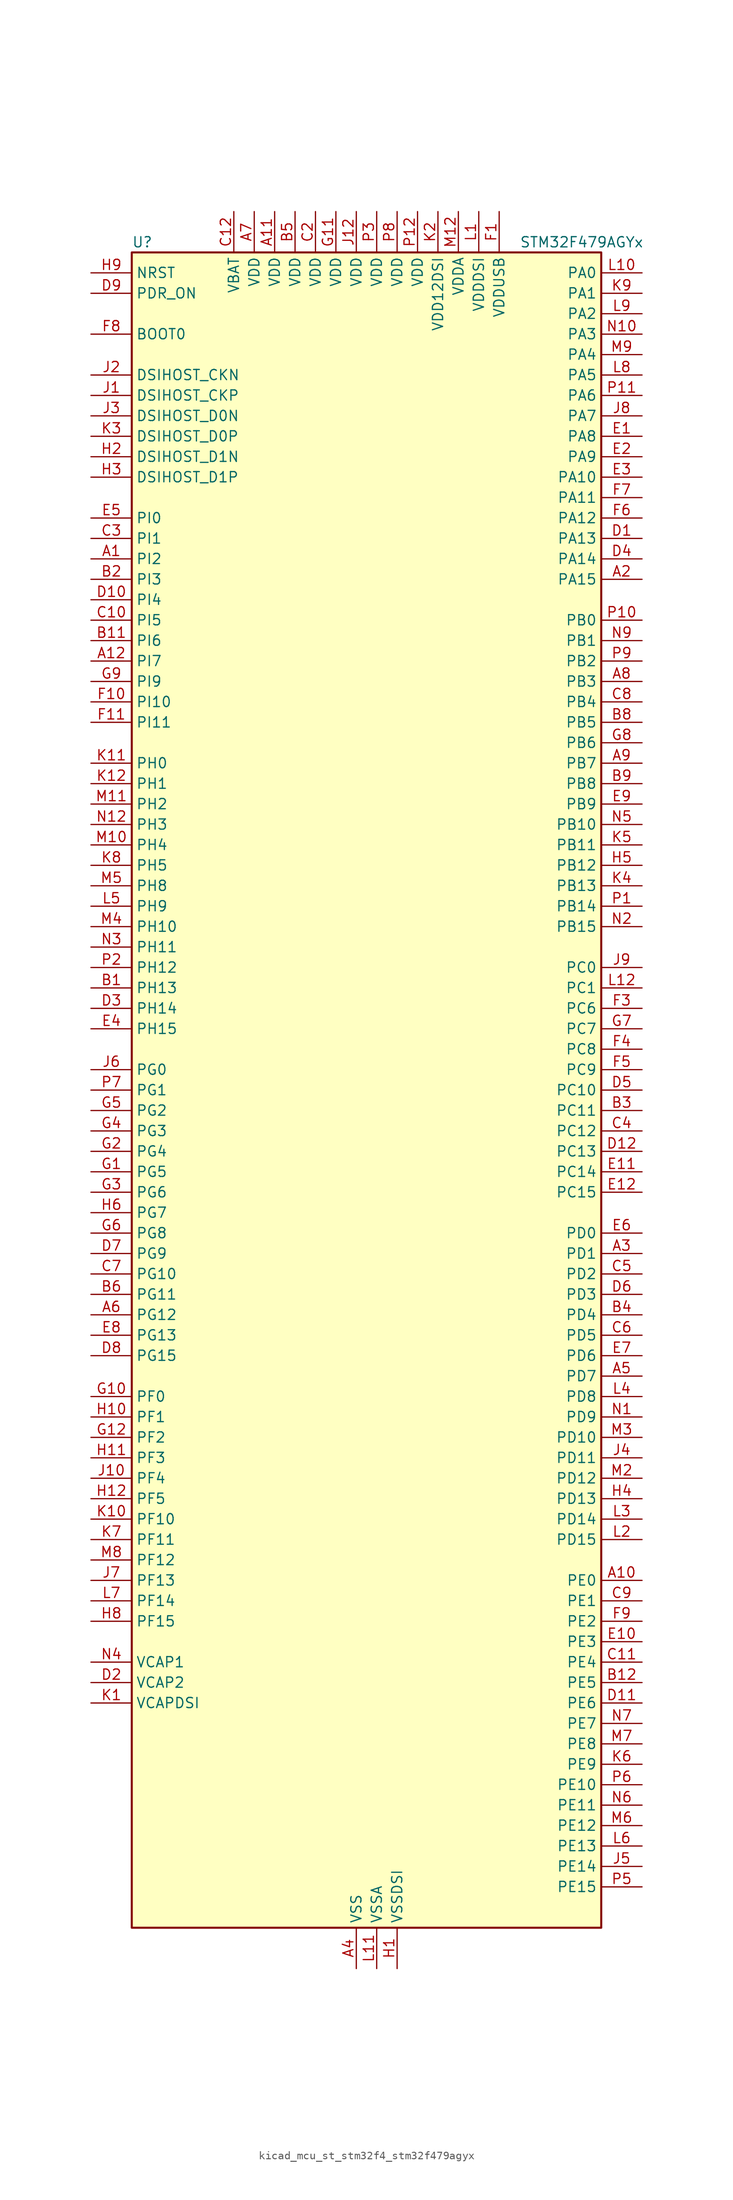
<source format=kicad_sym>
(kicad_symbol_lib
  (version 20220914)
  (generator kicad_symbol_editor)
  (symbol "kicad_mcu_st_stm32f4_stm32f479agyx"
    (property "Reference" "U"
      (at -27.94 105.41 0)
      (effects (font (size 1.27 1.27)) (justify left)))
    (property "Value" "STM32F479AGYx"
      (at 20.32 105.41 0)
      (effects (font (size 1.27 1.27)) (justify left)))
    (property "ki_locked" ""
      (at 0 0 0)
      (effects (font (size 1.27 1.27))))
    (symbol "kicad_mcu_st_stm32f4_stm32f479agyx_0_1"
      (rectangle (start -27.94 -104.14) (end 30.48 104.14) (stroke (width 0.254) (type default)) (fill (type background))))
    (symbol "kicad_mcu_st_stm32f4_stm32f479agyx_1_1"
      (pin bidirectional line (at -33.02 66.04 0) (length 5.08) (name "PI2" (effects (font (size 1.27 1.27)))) (number "A1" (effects (font (size 1.27 1.27)))) (alternate "DCMI_D9" bidirectional line) (alternate "FMC_D26" bidirectional line) (alternate "I2S2_ext_SD" bidirectional line) (alternate "LTDC_G7" bidirectional line) (alternate "SPI2_MISO" bidirectional line) (alternate "TIM8_CH4" bidirectional line))
      (pin bidirectional line (at 35.56 -60.96 180) (length 5.08) (name "PE0" (effects (font (size 1.27 1.27)))) (number "A10" (effects (font (size 1.27 1.27)))) (alternate "DCMI_D2" bidirectional line) (alternate "FMC_NBL0" bidirectional line) (alternate "TIM4_ETR" bidirectional line) (alternate "UART8_RX" bidirectional line))
      (pin power_in line (at -10.16 109.22 270) (length 5.08) (name "VDD" (effects (font (size 1.27 1.27)))) (number "A11" (effects (font (size 1.27 1.27)))))
      (pin bidirectional line (at -33.02 53.34 0) (length 5.08) (name "PI7" (effects (font (size 1.27 1.27)))) (number "A12" (effects (font (size 1.27 1.27)))) (alternate "DCMI_D7" bidirectional line) (alternate "FMC_D29" bidirectional line) (alternate "LTDC_B7" bidirectional line) (alternate "TIM8_CH3" bidirectional line))
      (pin bidirectional line (at 35.56 63.5 180) (length 5.08) (name "PA15" (effects (font (size 1.27 1.27)))) (number "A2" (effects (font (size 1.27 1.27)))) (alternate "ADC1_EXTI15" bidirectional line) (alternate "ADC2_EXTI15" bidirectional line) (alternate "ADC3_EXTI15" bidirectional line) (alternate "I2S3_WS" bidirectional line) (alternate "SPI1_NSS" bidirectional line) (alternate "SPI3_NSS" bidirectional line) (alternate "SYS_JTDI" bidirectional line) (alternate "TIM2_CH1" bidirectional line) (alternate "TIM2_ETR" bidirectional line))
      (pin bidirectional line (at 35.56 -20.32 180) (length 5.08) (name "PD1" (effects (font (size 1.27 1.27)))) (number "A3" (effects (font (size 1.27 1.27)))) (alternate "CAN1_TX" bidirectional line) (alternate "FMC_D3" bidirectional line) (alternate "FMC_DA3" bidirectional line))
      (pin power_in line (at 0 -109.22 90) (length 5.08) (name "VSS" (effects (font (size 1.27 1.27)))) (number "A4" (effects (font (size 1.27 1.27)))))
      (pin bidirectional line (at 35.56 -35.56 180) (length 5.08) (name "PD7" (effects (font (size 1.27 1.27)))) (number "A5" (effects (font (size 1.27 1.27)))) (alternate "FMC_NE1" bidirectional line) (alternate "USART2_CK" bidirectional line))
      (pin bidirectional line (at -33.02 -27.94 0) (length 5.08) (name "PG12" (effects (font (size 1.27 1.27)))) (number "A6" (effects (font (size 1.27 1.27)))) (alternate "FMC_NE4" bidirectional line) (alternate "LTDC_B1" bidirectional line) (alternate "LTDC_B4" bidirectional line) (alternate "SPI6_MISO" bidirectional line) (alternate "USART6_RTS" bidirectional line))
      (pin power_in line (at -12.7 109.22 270) (length 5.08) (name "VDD" (effects (font (size 1.27 1.27)))) (number "A7" (effects (font (size 1.27 1.27)))))
      (pin bidirectional line (at 35.56 50.8 180) (length 5.08) (name "PB3" (effects (font (size 1.27 1.27)))) (number "A8" (effects (font (size 1.27 1.27)))) (alternate "I2S3_CK" bidirectional line) (alternate "SPI1_SCK" bidirectional line) (alternate "SPI3_SCK" bidirectional line) (alternate "SYS_JTDO-SWO" bidirectional line) (alternate "TIM2_CH2" bidirectional line))
      (pin bidirectional line (at 35.56 40.64 180) (length 5.08) (name "PB7" (effects (font (size 1.27 1.27)))) (number "A9" (effects (font (size 1.27 1.27)))) (alternate "DCMI_VSYNC" bidirectional line) (alternate "FMC_NL" bidirectional line) (alternate "I2C1_SDA" bidirectional line) (alternate "TIM4_CH2" bidirectional line) (alternate "USART1_RX" bidirectional line))
      (pin bidirectional line (at -33.02 12.7 0) (length 5.08) (name "PH13" (effects (font (size 1.27 1.27)))) (number "B1" (effects (font (size 1.27 1.27)))) (alternate "CAN1_TX" bidirectional line) (alternate "FMC_D21" bidirectional line) (alternate "LTDC_G2" bidirectional line) (alternate "TIM8_CH1N" bidirectional line))
      (pin passive line (at 0 -109.22 90) (length 5.08) hide (name "VSS" (effects (font (size 1.27 1.27)))) (number "B10" (effects (font (size 1.27 1.27)))))
      (pin bidirectional line (at -33.02 55.88 0) (length 5.08) (name "PI6" (effects (font (size 1.27 1.27)))) (number "B11" (effects (font (size 1.27 1.27)))) (alternate "DCMI_D6" bidirectional line) (alternate "FMC_D28" bidirectional line) (alternate "LTDC_B6" bidirectional line) (alternate "TIM8_CH2" bidirectional line))
      (pin bidirectional line (at 35.56 -73.66 180) (length 5.08) (name "PE5" (effects (font (size 1.27 1.27)))) (number "B12" (effects (font (size 1.27 1.27)))) (alternate "DCMI_D6" bidirectional line) (alternate "FMC_A21" bidirectional line) (alternate "LTDC_G0" bidirectional line) (alternate "SAI1_SCK_A" bidirectional line) (alternate "SPI4_MISO" bidirectional line) (alternate "SYS_TRACED2" bidirectional line) (alternate "TIM9_CH1" bidirectional line))
      (pin bidirectional line (at -33.02 63.5 0) (length 5.08) (name "PI3" (effects (font (size 1.27 1.27)))) (number "B2" (effects (font (size 1.27 1.27)))) (alternate "DCMI_D10" bidirectional line) (alternate "FMC_D27" bidirectional line) (alternate "I2S2_SD" bidirectional line) (alternate "SPI2_MOSI" bidirectional line) (alternate "TIM8_ETR" bidirectional line))
      (pin bidirectional line (at 35.56 -2.54 180) (length 5.08) (name "PC11" (effects (font (size 1.27 1.27)))) (number "B3" (effects (font (size 1.27 1.27)))) (alternate "ADC1_EXTI11" bidirectional line) (alternate "ADC2_EXTI11" bidirectional line) (alternate "ADC3_EXTI11" bidirectional line) (alternate "DCMI_D4" bidirectional line) (alternate "I2S3_ext_SD" bidirectional line) (alternate "QUADSPI_BK2_NCS" bidirectional line) (alternate "SDIO_D3" bidirectional line) (alternate "SPI3_MISO" bidirectional line) (alternate "UART4_RX" bidirectional line) (alternate "USART3_RX" bidirectional line))
      (pin bidirectional line (at 35.56 -27.94 180) (length 5.08) (name "PD4" (effects (font (size 1.27 1.27)))) (number "B4" (effects (font (size 1.27 1.27)))) (alternate "FMC_NOE" bidirectional line) (alternate "USART2_RTS" bidirectional line))
      (pin power_in line (at -7.62 109.22 270) (length 5.08) (name "VDD" (effects (font (size 1.27 1.27)))) (number "B5" (effects (font (size 1.27 1.27)))))
      (pin bidirectional line (at -33.02 -25.4 0) (length 5.08) (name "PG11" (effects (font (size 1.27 1.27)))) (number "B6" (effects (font (size 1.27 1.27)))) (alternate "ADC1_EXTI11" bidirectional line) (alternate "ADC2_EXTI11" bidirectional line) (alternate "ADC3_EXTI11" bidirectional line) (alternate "DCMI_D3" bidirectional line) (alternate "LTDC_B3" bidirectional line))
      (pin passive line (at 0 -109.22 90) (length 5.08) hide (name "VSS" (effects (font (size 1.27 1.27)))) (number "B7" (effects (font (size 1.27 1.27)))))
      (pin bidirectional line (at 35.56 45.72 180) (length 5.08) (name "PB5" (effects (font (size 1.27 1.27)))) (number "B8" (effects (font (size 1.27 1.27)))) (alternate "CAN2_RX" bidirectional line) (alternate "DCMI_D10" bidirectional line) (alternate "FMC_SDCKE1" bidirectional line) (alternate "I2C1_SMBA" bidirectional line) (alternate "I2S3_SD" bidirectional line) (alternate "LTDC_G7" bidirectional line) (alternate "SPI1_MOSI" bidirectional line) (alternate "SPI3_MOSI" bidirectional line) (alternate "TIM3_CH2" bidirectional line) (alternate "USB_OTG_HS_ULPI_D7" bidirectional line))
      (pin bidirectional line (at 35.56 38.1 180) (length 5.08) (name "PB8" (effects (font (size 1.27 1.27)))) (number "B9" (effects (font (size 1.27 1.27)))) (alternate "CAN1_RX" bidirectional line) (alternate "DCMI_D6" bidirectional line) (alternate "I2C1_SCL" bidirectional line) (alternate "LTDC_B6" bidirectional line) (alternate "SDIO_D4" bidirectional line) (alternate "TIM10_CH1" bidirectional line) (alternate "TIM4_CH3" bidirectional line))
      (pin passive line (at 0 -109.22 90) (length 5.08) hide (name "VSS" (effects (font (size 1.27 1.27)))) (number "C1" (effects (font (size 1.27 1.27)))))
      (pin bidirectional line (at -33.02 58.42 0) (length 5.08) (name "PI5" (effects (font (size 1.27 1.27)))) (number "C10" (effects (font (size 1.27 1.27)))) (alternate "DCMI_VSYNC" bidirectional line) (alternate "FMC_NBL3" bidirectional line) (alternate "LTDC_B5" bidirectional line) (alternate "TIM8_CH1" bidirectional line))
      (pin bidirectional line (at 35.56 -71.12 180) (length 5.08) (name "PE4" (effects (font (size 1.27 1.27)))) (number "C11" (effects (font (size 1.27 1.27)))) (alternate "DCMI_D4" bidirectional line) (alternate "FMC_A20" bidirectional line) (alternate "LTDC_B0" bidirectional line) (alternate "SAI1_FS_A" bidirectional line) (alternate "SPI4_NSS" bidirectional line) (alternate "SYS_TRACED1" bidirectional line))
      (pin power_in line (at -15.24 109.22 270) (length 5.08) (name "VBAT" (effects (font (size 1.27 1.27)))) (number "C12" (effects (font (size 1.27 1.27)))))
      (pin power_in line (at -5.08 109.22 270) (length 5.08) (name "VDD" (effects (font (size 1.27 1.27)))) (number "C2" (effects (font (size 1.27 1.27)))))
      (pin bidirectional line (at -33.02 68.58 0) (length 5.08) (name "PI1" (effects (font (size 1.27 1.27)))) (number "C3" (effects (font (size 1.27 1.27)))) (alternate "DCMI_D8" bidirectional line) (alternate "FMC_D25" bidirectional line) (alternate "I2S2_CK" bidirectional line) (alternate "LTDC_G6" bidirectional line) (alternate "SPI2_SCK" bidirectional line))
      (pin bidirectional line (at 35.56 -5.08 180) (length 5.08) (name "PC12" (effects (font (size 1.27 1.27)))) (number "C4" (effects (font (size 1.27 1.27)))) (alternate "DCMI_D9" bidirectional line) (alternate "I2S3_SD" bidirectional line) (alternate "SDIO_CK" bidirectional line) (alternate "SPI3_MOSI" bidirectional line) (alternate "SYS_TRACED3" bidirectional line) (alternate "UART5_TX" bidirectional line) (alternate "USART3_CK" bidirectional line))
      (pin bidirectional line (at 35.56 -22.86 180) (length 5.08) (name "PD2" (effects (font (size 1.27 1.27)))) (number "C5" (effects (font (size 1.27 1.27)))) (alternate "DCMI_D11" bidirectional line) (alternate "SDIO_CMD" bidirectional line) (alternate "SYS_TRACED2" bidirectional line) (alternate "TIM3_ETR" bidirectional line) (alternate "UART5_RX" bidirectional line))
      (pin bidirectional line (at 35.56 -30.48 180) (length 5.08) (name "PD5" (effects (font (size 1.27 1.27)))) (number "C6" (effects (font (size 1.27 1.27)))) (alternate "FMC_NWE" bidirectional line) (alternate "USART2_TX" bidirectional line))
      (pin bidirectional line (at -33.02 -22.86 0) (length 5.08) (name "PG10" (effects (font (size 1.27 1.27)))) (number "C7" (effects (font (size 1.27 1.27)))) (alternate "DCMI_D2" bidirectional line) (alternate "FMC_NE3" bidirectional line) (alternate "LTDC_B2" bidirectional line) (alternate "LTDC_G3" bidirectional line))
      (pin bidirectional line (at 35.56 48.26 180) (length 5.08) (name "PB4" (effects (font (size 1.27 1.27)))) (number "C8" (effects (font (size 1.27 1.27)))) (alternate "I2S3_ext_SD" bidirectional line) (alternate "SPI1_MISO" bidirectional line) (alternate "SPI3_MISO" bidirectional line) (alternate "SYS_JTRST" bidirectional line) (alternate "TIM3_CH1" bidirectional line))
      (pin bidirectional line (at 35.56 -63.5 180) (length 5.08) (name "PE1" (effects (font (size 1.27 1.27)))) (number "C9" (effects (font (size 1.27 1.27)))) (alternate "DCMI_D3" bidirectional line) (alternate "FMC_NBL1" bidirectional line) (alternate "UART8_TX" bidirectional line))
      (pin bidirectional line (at 35.56 68.58 180) (length 5.08) (name "PA13" (effects (font (size 1.27 1.27)))) (number "D1" (effects (font (size 1.27 1.27)))) (alternate "SYS_JTMS-SWDIO" bidirectional line))
      (pin bidirectional line (at -33.02 60.96 0) (length 5.08) (name "PI4" (effects (font (size 1.27 1.27)))) (number "D10" (effects (font (size 1.27 1.27)))) (alternate "DCMI_D5" bidirectional line) (alternate "FMC_NBL2" bidirectional line) (alternate "LTDC_B4" bidirectional line) (alternate "TIM8_BKIN" bidirectional line))
      (pin bidirectional line (at 35.56 -76.2 180) (length 5.08) (name "PE6" (effects (font (size 1.27 1.27)))) (number "D11" (effects (font (size 1.27 1.27)))) (alternate "DCMI_D7" bidirectional line) (alternate "FMC_A22" bidirectional line) (alternate "LTDC_G1" bidirectional line) (alternate "SAI1_SD_A" bidirectional line) (alternate "SPI4_MOSI" bidirectional line) (alternate "SYS_TRACED3" bidirectional line) (alternate "TIM9_CH2" bidirectional line))
      (pin bidirectional line (at 35.56 -7.62 180) (length 5.08) (name "PC13" (effects (font (size 1.27 1.27)))) (number "D12" (effects (font (size 1.27 1.27)))) (alternate "RTC_AF1" bidirectional line))
      (pin power_out line (at -33.02 -73.66 0) (length 5.08) (name "VCAP2" (effects (font (size 1.27 1.27)))) (number "D2" (effects (font (size 1.27 1.27)))))
      (pin bidirectional line (at -33.02 10.16 0) (length 5.08) (name "PH14" (effects (font (size 1.27 1.27)))) (number "D3" (effects (font (size 1.27 1.27)))) (alternate "DCMI_D4" bidirectional line) (alternate "FMC_D22" bidirectional line) (alternate "LTDC_G3" bidirectional line) (alternate "TIM8_CH2N" bidirectional line))
      (pin bidirectional line (at 35.56 66.04 180) (length 5.08) (name "PA14" (effects (font (size 1.27 1.27)))) (number "D4" (effects (font (size 1.27 1.27)))) (alternate "SYS_JTCK-SWCLK" bidirectional line))
      (pin bidirectional line (at 35.56 0 180) (length 5.08) (name "PC10" (effects (font (size 1.27 1.27)))) (number "D5" (effects (font (size 1.27 1.27)))) (alternate "DCMI_D8" bidirectional line) (alternate "I2S3_CK" bidirectional line) (alternate "LTDC_R2" bidirectional line) (alternate "QUADSPI_BK1_IO1" bidirectional line) (alternate "SDIO_D2" bidirectional line) (alternate "SPI3_SCK" bidirectional line) (alternate "UART4_TX" bidirectional line) (alternate "USART3_TX" bidirectional line))
      (pin bidirectional line (at 35.56 -25.4 180) (length 5.08) (name "PD3" (effects (font (size 1.27 1.27)))) (number "D6" (effects (font (size 1.27 1.27)))) (alternate "DCMI_D5" bidirectional line) (alternate "FMC_CLK" bidirectional line) (alternate "I2S2_CK" bidirectional line) (alternate "LTDC_G7" bidirectional line) (alternate "SPI2_SCK" bidirectional line) (alternate "USART2_CTS" bidirectional line))
      (pin bidirectional line (at -33.02 -20.32 0) (length 5.08) (name "PG9" (effects (font (size 1.27 1.27)))) (number "D7" (effects (font (size 1.27 1.27)))) (alternate "DAC_EXTI9" bidirectional line) (alternate "DCMI_VSYNC" bidirectional line) (alternate "FMC_NCE" bidirectional line) (alternate "FMC_NE2" bidirectional line) (alternate "QUADSPI_BK2_IO2" bidirectional line) (alternate "USART6_RX" bidirectional line))
      (pin bidirectional line (at -33.02 -33.02 0) (length 5.08) (name "PG15" (effects (font (size 1.27 1.27)))) (number "D8" (effects (font (size 1.27 1.27)))) (alternate "ADC1_EXTI15" bidirectional line) (alternate "ADC2_EXTI15" bidirectional line) (alternate "ADC3_EXTI15" bidirectional line) (alternate "DCMI_D13" bidirectional line) (alternate "FMC_SDNCAS" bidirectional line) (alternate "USART6_CTS" bidirectional line))
      (pin input line (at -33.02 99.06 0) (length 5.08) (name "PDR_ON" (effects (font (size 1.27 1.27)))) (number "D9" (effects (font (size 1.27 1.27)))))
      (pin bidirectional line (at 35.56 81.28 180) (length 5.08) (name "PA8" (effects (font (size 1.27 1.27)))) (number "E1" (effects (font (size 1.27 1.27)))) (alternate "I2C3_SCL" bidirectional line) (alternate "LTDC_R6" bidirectional line) (alternate "RCC_MCO_1" bidirectional line) (alternate "TIM1_CH1" bidirectional line) (alternate "USART1_CK" bidirectional line) (alternate "USB_OTG_FS_SOF" bidirectional line))
      (pin bidirectional line (at 35.56 -68.58 180) (length 5.08) (name "PE3" (effects (font (size 1.27 1.27)))) (number "E10" (effects (font (size 1.27 1.27)))) (alternate "FMC_A19" bidirectional line) (alternate "SAI1_SD_B" bidirectional line) (alternate "SYS_TRACED0" bidirectional line))
      (pin bidirectional line (at 35.56 -10.16 180) (length 5.08) (name "PC14" (effects (font (size 1.27 1.27)))) (number "E11" (effects (font (size 1.27 1.27)))) (alternate "RCC_OSC32_IN" bidirectional line))
      (pin bidirectional line (at 35.56 -12.7 180) (length 5.08) (name "PC15" (effects (font (size 1.27 1.27)))) (number "E12" (effects (font (size 1.27 1.27)))) (alternate "ADC1_EXTI15" bidirectional line) (alternate "ADC2_EXTI15" bidirectional line) (alternate "ADC3_EXTI15" bidirectional line) (alternate "RCC_OSC32_OUT" bidirectional line))
      (pin bidirectional line (at 35.56 78.74 180) (length 5.08) (name "PA9" (effects (font (size 1.27 1.27)))) (number "E2" (effects (font (size 1.27 1.27)))) (alternate "DAC_EXTI9" bidirectional line) (alternate "DCMI_D0" bidirectional line) (alternate "I2C3_SMBA" bidirectional line) (alternate "I2S2_CK" bidirectional line) (alternate "SPI2_SCK" bidirectional line) (alternate "TIM1_CH2" bidirectional line) (alternate "USART1_TX" bidirectional line) (alternate "USB_OTG_FS_VBUS" bidirectional line))
      (pin bidirectional line (at 35.56 76.2 180) (length 5.08) (name "PA10" (effects (font (size 1.27 1.27)))) (number "E3" (effects (font (size 1.27 1.27)))) (alternate "DCMI_D1" bidirectional line) (alternate "TIM1_CH3" bidirectional line) (alternate "USART1_RX" bidirectional line) (alternate "USB_OTG_FS_ID" bidirectional line))
      (pin bidirectional line (at -33.02 7.62 0) (length 5.08) (name "PH15" (effects (font (size 1.27 1.27)))) (number "E4" (effects (font (size 1.27 1.27)))) (alternate "ADC1_EXTI15" bidirectional line) (alternate "ADC2_EXTI15" bidirectional line) (alternate "ADC3_EXTI15" bidirectional line) (alternate "DCMI_D11" bidirectional line) (alternate "FMC_D23" bidirectional line) (alternate "LTDC_G4" bidirectional line) (alternate "TIM8_CH3N" bidirectional line))
      (pin bidirectional line (at -33.02 71.12 0) (length 5.08) (name "PI0" (effects (font (size 1.27 1.27)))) (number "E5" (effects (font (size 1.27 1.27)))) (alternate "DCMI_D13" bidirectional line) (alternate "FMC_D24" bidirectional line) (alternate "I2S2_WS" bidirectional line) (alternate "LTDC_G5" bidirectional line) (alternate "SPI2_NSS" bidirectional line) (alternate "TIM5_CH4" bidirectional line))
      (pin bidirectional line (at 35.56 -17.78 180) (length 5.08) (name "PD0" (effects (font (size 1.27 1.27)))) (number "E6" (effects (font (size 1.27 1.27)))) (alternate "CAN1_RX" bidirectional line) (alternate "FMC_D2" bidirectional line) (alternate "FMC_DA2" bidirectional line))
      (pin bidirectional line (at 35.56 -33.02 180) (length 5.08) (name "PD6" (effects (font (size 1.27 1.27)))) (number "E7" (effects (font (size 1.27 1.27)))) (alternate "DCMI_D10" bidirectional line) (alternate "FMC_NWAIT" bidirectional line) (alternate "I2S3_SD" bidirectional line) (alternate "LTDC_B2" bidirectional line) (alternate "SAI1_SD_A" bidirectional line) (alternate "SPI3_MOSI" bidirectional line) (alternate "USART2_RX" bidirectional line))
      (pin bidirectional line (at -33.02 -30.48 0) (length 5.08) (name "PG13" (effects (font (size 1.27 1.27)))) (number "E8" (effects (font (size 1.27 1.27)))) (alternate "FMC_A24" bidirectional line) (alternate "LTDC_R0" bidirectional line) (alternate "SPI6_SCK" bidirectional line) (alternate "SYS_TRACED0" bidirectional line) (alternate "USART6_CTS" bidirectional line))
      (pin bidirectional line (at 35.56 35.56 180) (length 5.08) (name "PB9" (effects (font (size 1.27 1.27)))) (number "E9" (effects (font (size 1.27 1.27)))) (alternate "CAN1_TX" bidirectional line) (alternate "DAC_EXTI9" bidirectional line) (alternate "DCMI_D7" bidirectional line) (alternate "I2C1_SDA" bidirectional line) (alternate "I2S2_WS" bidirectional line) (alternate "LTDC_B7" bidirectional line) (alternate "SDIO_D5" bidirectional line) (alternate "SPI2_NSS" bidirectional line) (alternate "TIM11_CH1" bidirectional line) (alternate "TIM4_CH4" bidirectional line))
      (pin power_in line (at 17.78 109.22 270) (length 5.08) (name "VDDUSB" (effects (font (size 1.27 1.27)))) (number "F1" (effects (font (size 1.27 1.27)))))
      (pin bidirectional line (at -33.02 48.26 0) (length 5.08) (name "PI10" (effects (font (size 1.27 1.27)))) (number "F10" (effects (font (size 1.27 1.27)))) (alternate "FMC_D31" bidirectional line) (alternate "LTDC_HSYNC" bidirectional line))
      (pin bidirectional line (at -33.02 45.72 0) (length 5.08) (name "PI11" (effects (font (size 1.27 1.27)))) (number "F11" (effects (font (size 1.27 1.27)))) (alternate "ADC1_EXTI11" bidirectional line) (alternate "ADC2_EXTI11" bidirectional line) (alternate "ADC3_EXTI11" bidirectional line) (alternate "LTDC_G6" bidirectional line) (alternate "USB_OTG_HS_ULPI_DIR" bidirectional line))
      (pin passive line (at 0 -109.22 90) (length 5.08) hide (name "VSS" (effects (font (size 1.27 1.27)))) (number "F12" (effects (font (size 1.27 1.27)))))
      (pin passive line (at 0 -109.22 90) (length 5.08) hide (name "VSS" (effects (font (size 1.27 1.27)))) (number "F2" (effects (font (size 1.27 1.27)))))
      (pin bidirectional line (at 35.56 10.16 180) (length 5.08) (name "PC6" (effects (font (size 1.27 1.27)))) (number "F3" (effects (font (size 1.27 1.27)))) (alternate "DCMI_D0" bidirectional line) (alternate "I2S2_MCK" bidirectional line) (alternate "LTDC_HSYNC" bidirectional line) (alternate "SDIO_D6" bidirectional line) (alternate "TIM3_CH1" bidirectional line) (alternate "TIM8_CH1" bidirectional line) (alternate "USART6_TX" bidirectional line))
      (pin bidirectional line (at 35.56 5.08 180) (length 5.08) (name "PC8" (effects (font (size 1.27 1.27)))) (number "F4" (effects (font (size 1.27 1.27)))) (alternate "DCMI_D2" bidirectional line) (alternate "SDIO_D0" bidirectional line) (alternate "SYS_TRACED1" bidirectional line) (alternate "TIM3_CH3" bidirectional line) (alternate "TIM8_CH3" bidirectional line) (alternate "USART6_CK" bidirectional line))
      (pin bidirectional line (at 35.56 2.54 180) (length 5.08) (name "PC9" (effects (font (size 1.27 1.27)))) (number "F5" (effects (font (size 1.27 1.27)))) (alternate "DAC_EXTI9" bidirectional line) (alternate "DCMI_D3" bidirectional line) (alternate "I2C3_SDA" bidirectional line) (alternate "I2S_CKIN" bidirectional line) (alternate "QUADSPI_BK1_IO0" bidirectional line) (alternate "RCC_MCO_2" bidirectional line) (alternate "SDIO_D1" bidirectional line) (alternate "TIM3_CH4" bidirectional line) (alternate "TIM8_CH4" bidirectional line))
      (pin bidirectional line (at 35.56 71.12 180) (length 5.08) (name "PA12" (effects (font (size 1.27 1.27)))) (number "F6" (effects (font (size 1.27 1.27)))) (alternate "CAN1_TX" bidirectional line) (alternate "LTDC_R5" bidirectional line) (alternate "TIM1_ETR" bidirectional line) (alternate "USART1_RTS" bidirectional line) (alternate "USB_OTG_FS_DP" bidirectional line))
      (pin bidirectional line (at 35.56 73.66 180) (length 5.08) (name "PA11" (effects (font (size 1.27 1.27)))) (number "F7" (effects (font (size 1.27 1.27)))) (alternate "ADC1_EXTI11" bidirectional line) (alternate "ADC2_EXTI11" bidirectional line) (alternate "ADC3_EXTI11" bidirectional line) (alternate "CAN1_RX" bidirectional line) (alternate "LTDC_R4" bidirectional line) (alternate "TIM1_CH4" bidirectional line) (alternate "USART1_CTS" bidirectional line) (alternate "USB_OTG_FS_DM" bidirectional line))
      (pin input line (at -33.02 93.98 0) (length 5.08) (name "BOOT0" (effects (font (size 1.27 1.27)))) (number "F8" (effects (font (size 1.27 1.27)))))
      (pin bidirectional line (at 35.56 -66.04 180) (length 5.08) (name "PE2" (effects (font (size 1.27 1.27)))) (number "F9" (effects (font (size 1.27 1.27)))) (alternate "FMC_A23" bidirectional line) (alternate "QUADSPI_BK1_IO2" bidirectional line) (alternate "SAI1_MCLK_A" bidirectional line) (alternate "SPI4_SCK" bidirectional line) (alternate "SYS_TRACECLK" bidirectional line))
      (pin bidirectional line (at -33.02 -10.16 0) (length 5.08) (name "PG5" (effects (font (size 1.27 1.27)))) (number "G1" (effects (font (size 1.27 1.27)))) (alternate "FMC_A15" bidirectional line) (alternate "FMC_BA1" bidirectional line))
      (pin bidirectional line (at -33.02 -38.1 0) (length 5.08) (name "PF0" (effects (font (size 1.27 1.27)))) (number "G10" (effects (font (size 1.27 1.27)))) (alternate "FMC_A0" bidirectional line) (alternate "I2C2_SDA" bidirectional line))
      (pin power_in line (at -2.54 109.22 270) (length 5.08) (name "VDD" (effects (font (size 1.27 1.27)))) (number "G11" (effects (font (size 1.27 1.27)))))
      (pin bidirectional line (at -33.02 -43.18 0) (length 5.08) (name "PF2" (effects (font (size 1.27 1.27)))) (number "G12" (effects (font (size 1.27 1.27)))) (alternate "FMC_A2" bidirectional line) (alternate "I2C2_SMBA" bidirectional line))
      (pin bidirectional line (at -33.02 -7.62 0) (length 5.08) (name "PG4" (effects (font (size 1.27 1.27)))) (number "G2" (effects (font (size 1.27 1.27)))) (alternate "FMC_A14" bidirectional line) (alternate "FMC_BA0" bidirectional line))
      (pin bidirectional line (at -33.02 -12.7 0) (length 5.08) (name "PG6" (effects (font (size 1.27 1.27)))) (number "G3" (effects (font (size 1.27 1.27)))) (alternate "DCMI_D12" bidirectional line) (alternate "LTDC_R7" bidirectional line))
      (pin bidirectional line (at -33.02 -5.08 0) (length 5.08) (name "PG3" (effects (font (size 1.27 1.27)))) (number "G4" (effects (font (size 1.27 1.27)))) (alternate "FMC_A13" bidirectional line))
      (pin bidirectional line (at -33.02 -2.54 0) (length 5.08) (name "PG2" (effects (font (size 1.27 1.27)))) (number "G5" (effects (font (size 1.27 1.27)))) (alternate "FMC_A12" bidirectional line))
      (pin bidirectional line (at -33.02 -17.78 0) (length 5.08) (name "PG8" (effects (font (size 1.27 1.27)))) (number "G6" (effects (font (size 1.27 1.27)))) (alternate "FMC_SDCLK" bidirectional line) (alternate "LTDC_G7" bidirectional line) (alternate "SPI6_NSS" bidirectional line) (alternate "USART6_RTS" bidirectional line))
      (pin bidirectional line (at 35.56 7.62 180) (length 5.08) (name "PC7" (effects (font (size 1.27 1.27)))) (number "G7" (effects (font (size 1.27 1.27)))) (alternate "DCMI_D1" bidirectional line) (alternate "I2S3_MCK" bidirectional line) (alternate "LTDC_G6" bidirectional line) (alternate "SDIO_D7" bidirectional line) (alternate "TIM3_CH2" bidirectional line) (alternate "TIM8_CH2" bidirectional line) (alternate "USART6_RX" bidirectional line))
      (pin bidirectional line (at 35.56 43.18 180) (length 5.08) (name "PB6" (effects (font (size 1.27 1.27)))) (number "G8" (effects (font (size 1.27 1.27)))) (alternate "CAN2_TX" bidirectional line) (alternate "DCMI_D5" bidirectional line) (alternate "FMC_SDNE1" bidirectional line) (alternate "I2C1_SCL" bidirectional line) (alternate "QUADSPI_BK1_NCS" bidirectional line) (alternate "TIM4_CH1" bidirectional line) (alternate "USART1_TX" bidirectional line))
      (pin bidirectional line (at -33.02 50.8 0) (length 5.08) (name "PI9" (effects (font (size 1.27 1.27)))) (number "G9" (effects (font (size 1.27 1.27)))) (alternate "CAN1_RX" bidirectional line) (alternate "DAC_EXTI9" bidirectional line) (alternate "FMC_D30" bidirectional line) (alternate "LTDC_VSYNC" bidirectional line))
      (pin power_in line (at 5.08 -109.22 90) (length 5.08) (name "VSSDSI" (effects (font (size 1.27 1.27)))) (number "H1" (effects (font (size 1.27 1.27)))))
      (pin bidirectional line (at -33.02 -40.64 0) (length 5.08) (name "PF1" (effects (font (size 1.27 1.27)))) (number "H10" (effects (font (size 1.27 1.27)))) (alternate "FMC_A1" bidirectional line) (alternate "I2C2_SCL" bidirectional line))
      (pin bidirectional line (at -33.02 -45.72 0) (length 5.08) (name "PF3" (effects (font (size 1.27 1.27)))) (number "H11" (effects (font (size 1.27 1.27)))) (alternate "ADC3_IN9" bidirectional line) (alternate "FMC_A3" bidirectional line))
      (pin bidirectional line (at -33.02 -50.8 0) (length 5.08) (name "PF5" (effects (font (size 1.27 1.27)))) (number "H12" (effects (font (size 1.27 1.27)))) (alternate "ADC3_IN15" bidirectional line) (alternate "FMC_A5" bidirectional line))
      (pin bidirectional line (at -33.02 78.74 0) (length 5.08) (name "DSIHOST_D1N" (effects (font (size 1.27 1.27)))) (number "H2" (effects (font (size 1.27 1.27)))) (alternate "DSIHOST_D1N" bidirectional line))
      (pin bidirectional line (at -33.02 76.2 0) (length 5.08) (name "DSIHOST_D1P" (effects (font (size 1.27 1.27)))) (number "H3" (effects (font (size 1.27 1.27)))) (alternate "DSIHOST_D1P" bidirectional line))
      (pin bidirectional line (at 35.56 -50.8 180) (length 5.08) (name "PD13" (effects (font (size 1.27 1.27)))) (number "H4" (effects (font (size 1.27 1.27)))) (alternate "FMC_A18" bidirectional line) (alternate "QUADSPI_BK1_IO3" bidirectional line) (alternate "TIM4_CH2" bidirectional line))
      (pin bidirectional line (at 35.56 27.94 180) (length 5.08) (name "PB12" (effects (font (size 1.27 1.27)))) (number "H5" (effects (font (size 1.27 1.27)))) (alternate "CAN2_RX" bidirectional line) (alternate "I2C2_SMBA" bidirectional line) (alternate "I2S2_WS" bidirectional line) (alternate "SPI2_NSS" bidirectional line) (alternate "TIM1_BKIN" bidirectional line) (alternate "USART3_CK" bidirectional line) (alternate "USB_OTG_HS_ID" bidirectional line) (alternate "USB_OTG_HS_ULPI_D5" bidirectional line))
      (pin bidirectional line (at -33.02 -15.24 0) (length 5.08) (name "PG7" (effects (font (size 1.27 1.27)))) (number "H6" (effects (font (size 1.27 1.27)))) (alternate "DCMI_D13" bidirectional line) (alternate "FMC_INT" bidirectional line) (alternate "LTDC_CLK" bidirectional line) (alternate "SAI1_MCLK_A" bidirectional line) (alternate "USART6_CK" bidirectional line))
      (pin passive line (at 0 -109.22 90) (length 5.08) hide (name "VSS" (effects (font (size 1.27 1.27)))) (number "H7" (effects (font (size 1.27 1.27)))))
      (pin bidirectional line (at -33.02 -66.04 0) (length 5.08) (name "PF15" (effects (font (size 1.27 1.27)))) (number "H8" (effects (font (size 1.27 1.27)))) (alternate "ADC1_EXTI15" bidirectional line) (alternate "ADC2_EXTI15" bidirectional line) (alternate "ADC3_EXTI15" bidirectional line) (alternate "FMC_A9" bidirectional line))
      (pin input line (at -33.02 101.6 0) (length 5.08) (name "NRST" (effects (font (size 1.27 1.27)))) (number "H9" (effects (font (size 1.27 1.27)))))
      (pin bidirectional line (at -33.02 86.36 0) (length 5.08) (name "DSIHOST_CKP" (effects (font (size 1.27 1.27)))) (number "J1" (effects (font (size 1.27 1.27)))) (alternate "DSIHOST_CKP" bidirectional line))
      (pin bidirectional line (at -33.02 -48.26 0) (length 5.08) (name "PF4" (effects (font (size 1.27 1.27)))) (number "J10" (effects (font (size 1.27 1.27)))) (alternate "ADC3_IN14" bidirectional line) (alternate "FMC_A4" bidirectional line))
      (pin passive line (at 0 -109.22 90) (length 5.08) hide (name "VSS" (effects (font (size 1.27 1.27)))) (number "J11" (effects (font (size 1.27 1.27)))))
      (pin power_in line (at 0 109.22 270) (length 5.08) (name "VDD" (effects (font (size 1.27 1.27)))) (number "J12" (effects (font (size 1.27 1.27)))))
      (pin bidirectional line (at -33.02 88.9 0) (length 5.08) (name "DSIHOST_CKN" (effects (font (size 1.27 1.27)))) (number "J2" (effects (font (size 1.27 1.27)))) (alternate "DSIHOST_CKN" bidirectional line))
      (pin bidirectional line (at -33.02 83.82 0) (length 5.08) (name "DSIHOST_D0N" (effects (font (size 1.27 1.27)))) (number "J3" (effects (font (size 1.27 1.27)))) (alternate "DSIHOST_D0N" bidirectional line))
      (pin bidirectional line (at 35.56 -45.72 180) (length 5.08) (name "PD11" (effects (font (size 1.27 1.27)))) (number "J4" (effects (font (size 1.27 1.27)))) (alternate "ADC1_EXTI11" bidirectional line) (alternate "ADC2_EXTI11" bidirectional line) (alternate "ADC3_EXTI11" bidirectional line) (alternate "FMC_A16" bidirectional line) (alternate "FMC_CLE" bidirectional line) (alternate "QUADSPI_BK1_IO0" bidirectional line) (alternate "USART3_CTS" bidirectional line))
      (pin bidirectional line (at 35.56 -96.52 180) (length 5.08) (name "PE14" (effects (font (size 1.27 1.27)))) (number "J5" (effects (font (size 1.27 1.27)))) (alternate "FMC_D11" bidirectional line) (alternate "FMC_DA11" bidirectional line) (alternate "LTDC_CLK" bidirectional line) (alternate "SPI4_MOSI" bidirectional line) (alternate "TIM1_CH4" bidirectional line))
      (pin bidirectional line (at -33.02 2.54 0) (length 5.08) (name "PG0" (effects (font (size 1.27 1.27)))) (number "J6" (effects (font (size 1.27 1.27)))) (alternate "FMC_A10" bidirectional line))
      (pin bidirectional line (at -33.02 -60.96 0) (length 5.08) (name "PF13" (effects (font (size 1.27 1.27)))) (number "J7" (effects (font (size 1.27 1.27)))) (alternate "FMC_A7" bidirectional line))
      (pin bidirectional line (at 35.56 83.82 180) (length 5.08) (name "PA7" (effects (font (size 1.27 1.27)))) (number "J8" (effects (font (size 1.27 1.27)))) (alternate "ADC1_IN7" bidirectional line) (alternate "ADC2_IN7" bidirectional line) (alternate "FMC_SDNWE" bidirectional line) (alternate "QUADSPI_CLK" bidirectional line) (alternate "SPI1_MOSI" bidirectional line) (alternate "TIM14_CH1" bidirectional line) (alternate "TIM1_CH1N" bidirectional line) (alternate "TIM3_CH2" bidirectional line) (alternate "TIM8_CH1N" bidirectional line))
      (pin bidirectional line (at 35.56 15.24 180) (length 5.08) (name "PC0" (effects (font (size 1.27 1.27)))) (number "J9" (effects (font (size 1.27 1.27)))) (alternate "ADC1_IN10" bidirectional line) (alternate "ADC2_IN10" bidirectional line) (alternate "ADC3_IN10" bidirectional line) (alternate "FMC_SDNWE" bidirectional line) (alternate "LTDC_R5" bidirectional line) (alternate "USB_OTG_HS_ULPI_STP" bidirectional line))
      (pin power_out line (at -33.02 -76.2 0) (length 5.08) (name "VCAPDSI" (effects (font (size 1.27 1.27)))) (number "K1" (effects (font (size 1.27 1.27)))))
      (pin bidirectional line (at -33.02 -53.34 0) (length 5.08) (name "PF10" (effects (font (size 1.27 1.27)))) (number "K10" (effects (font (size 1.27 1.27)))) (alternate "ADC3_IN8" bidirectional line) (alternate "DCMI_D11" bidirectional line) (alternate "LTDC_DE" bidirectional line) (alternate "QUADSPI_CLK" bidirectional line))
      (pin bidirectional line (at -33.02 40.64 0) (length 5.08) (name "PH0" (effects (font (size 1.27 1.27)))) (number "K11" (effects (font (size 1.27 1.27)))) (alternate "RCC_OSC_IN" bidirectional line))
      (pin bidirectional line (at -33.02 38.1 0) (length 5.08) (name "PH1" (effects (font (size 1.27 1.27)))) (number "K12" (effects (font (size 1.27 1.27)))) (alternate "RCC_OSC_OUT" bidirectional line))
      (pin power_in line (at 10.16 109.22 270) (length 5.08) (name "VDD12DSI" (effects (font (size 1.27 1.27)))) (number "K2" (effects (font (size 1.27 1.27)))))
      (pin bidirectional line (at -33.02 81.28 0) (length 5.08) (name "DSIHOST_D0P" (effects (font (size 1.27 1.27)))) (number "K3" (effects (font (size 1.27 1.27)))) (alternate "DSIHOST_D0P" bidirectional line))
      (pin bidirectional line (at 35.56 25.4 180) (length 5.08) (name "PB13" (effects (font (size 1.27 1.27)))) (number "K4" (effects (font (size 1.27 1.27)))) (alternate "CAN2_TX" bidirectional line) (alternate "I2S2_CK" bidirectional line) (alternate "SPI2_SCK" bidirectional line) (alternate "TIM1_CH1N" bidirectional line) (alternate "USART3_CTS" bidirectional line) (alternate "USB_OTG_HS_ULPI_D6" bidirectional line) (alternate "USB_OTG_HS_VBUS" bidirectional line))
      (pin bidirectional line (at 35.56 30.48 180) (length 5.08) (name "PB11" (effects (font (size 1.27 1.27)))) (number "K5" (effects (font (size 1.27 1.27)))) (alternate "ADC1_EXTI11" bidirectional line) (alternate "ADC2_EXTI11" bidirectional line) (alternate "ADC3_EXTI11" bidirectional line) (alternate "DSIHOST_TE" bidirectional line) (alternate "I2C2_SDA" bidirectional line) (alternate "LTDC_G5" bidirectional line) (alternate "TIM2_CH4" bidirectional line) (alternate "USART3_RX" bidirectional line) (alternate "USB_OTG_HS_ULPI_D4" bidirectional line))
      (pin bidirectional line (at 35.56 -83.82 180) (length 5.08) (name "PE9" (effects (font (size 1.27 1.27)))) (number "K6" (effects (font (size 1.27 1.27)))) (alternate "DAC_EXTI9" bidirectional line) (alternate "FMC_D6" bidirectional line) (alternate "FMC_DA6" bidirectional line) (alternate "QUADSPI_BK2_IO2" bidirectional line) (alternate "TIM1_CH1" bidirectional line))
      (pin bidirectional line (at -33.02 -55.88 0) (length 5.08) (name "PF11" (effects (font (size 1.27 1.27)))) (number "K7" (effects (font (size 1.27 1.27)))) (alternate "ADC1_EXTI11" bidirectional line) (alternate "ADC2_EXTI11" bidirectional line) (alternate "ADC3_EXTI11" bidirectional line) (alternate "DCMI_D12" bidirectional line) (alternate "FMC_SDNRAS" bidirectional line))
      (pin bidirectional line (at -33.02 27.94 0) (length 5.08) (name "PH5" (effects (font (size 1.27 1.27)))) (number "K8" (effects (font (size 1.27 1.27)))) (alternate "FMC_SDNWE" bidirectional line) (alternate "I2C2_SDA" bidirectional line))
      (pin bidirectional line (at 35.56 99.06 180) (length 5.08) (name "PA1" (effects (font (size 1.27 1.27)))) (number "K9" (effects (font (size 1.27 1.27)))) (alternate "ADC1_IN1" bidirectional line) (alternate "ADC2_IN1" bidirectional line) (alternate "ADC3_IN1" bidirectional line) (alternate "LTDC_R2" bidirectional line) (alternate "QUADSPI_BK1_IO3" bidirectional line) (alternate "TIM2_CH2" bidirectional line) (alternate "TIM5_CH2" bidirectional line) (alternate "UART4_RX" bidirectional line) (alternate "USART2_RTS" bidirectional line))
      (pin power_in line (at 15.24 109.22 270) (length 5.08) (name "VDDDSI" (effects (font (size 1.27 1.27)))) (number "L1" (effects (font (size 1.27 1.27)))))
      (pin bidirectional line (at 35.56 101.6 180) (length 5.08) (name "PA0" (effects (font (size 1.27 1.27)))) (number "L10" (effects (font (size 1.27 1.27)))) (alternate "ADC1_IN0" bidirectional line) (alternate "ADC2_IN0" bidirectional line) (alternate "ADC3_IN0" bidirectional line) (alternate "SYS_WKUP" bidirectional line) (alternate "TIM2_CH1" bidirectional line) (alternate "TIM2_ETR" bidirectional line) (alternate "TIM5_CH1" bidirectional line) (alternate "TIM8_ETR" bidirectional line) (alternate "UART4_TX" bidirectional line) (alternate "USART2_CTS" bidirectional line))
      (pin power_in line (at 2.54 -109.22 90) (length 5.08) (name "VSSA" (effects (font (size 1.27 1.27)))) (number "L11" (effects (font (size 1.27 1.27)))))
      (pin bidirectional line (at 35.56 12.7 180) (length 5.08) (name "PC1" (effects (font (size 1.27 1.27)))) (number "L12" (effects (font (size 1.27 1.27)))) (alternate "ADC1_IN11" bidirectional line) (alternate "ADC2_IN11" bidirectional line) (alternate "ADC3_IN11" bidirectional line) (alternate "I2S2_SD" bidirectional line) (alternate "SAI1_SD_A" bidirectional line) (alternate "SPI2_MOSI" bidirectional line) (alternate "SYS_TRACED0" bidirectional line))
      (pin bidirectional line (at 35.56 -55.88 180) (length 5.08) (name "PD15" (effects (font (size 1.27 1.27)))) (number "L2" (effects (font (size 1.27 1.27)))) (alternate "ADC1_EXTI15" bidirectional line) (alternate "ADC2_EXTI15" bidirectional line) (alternate "ADC3_EXTI15" bidirectional line) (alternate "FMC_D1" bidirectional line) (alternate "FMC_DA1" bidirectional line) (alternate "TIM4_CH4" bidirectional line))
      (pin bidirectional line (at 35.56 -53.34 180) (length 5.08) (name "PD14" (effects (font (size 1.27 1.27)))) (number "L3" (effects (font (size 1.27 1.27)))) (alternate "FMC_D0" bidirectional line) (alternate "FMC_DA0" bidirectional line) (alternate "TIM4_CH3" bidirectional line))
      (pin bidirectional line (at 35.56 -38.1 180) (length 5.08) (name "PD8" (effects (font (size 1.27 1.27)))) (number "L4" (effects (font (size 1.27 1.27)))) (alternate "FMC_D13" bidirectional line) (alternate "FMC_DA13" bidirectional line) (alternate "USART3_TX" bidirectional line))
      (pin bidirectional line (at -33.02 22.86 0) (length 5.08) (name "PH9" (effects (font (size 1.27 1.27)))) (number "L5" (effects (font (size 1.27 1.27)))) (alternate "DAC_EXTI9" bidirectional line) (alternate "DCMI_D0" bidirectional line) (alternate "FMC_D17" bidirectional line) (alternate "I2C3_SMBA" bidirectional line) (alternate "LTDC_R3" bidirectional line) (alternate "TIM12_CH2" bidirectional line))
      (pin bidirectional line (at 35.56 -93.98 180) (length 5.08) (name "PE13" (effects (font (size 1.27 1.27)))) (number "L6" (effects (font (size 1.27 1.27)))) (alternate "FMC_D10" bidirectional line) (alternate "FMC_DA10" bidirectional line) (alternate "LTDC_DE" bidirectional line) (alternate "SPI4_MISO" bidirectional line) (alternate "TIM1_CH3" bidirectional line))
      (pin bidirectional line (at -33.02 -63.5 0) (length 5.08) (name "PF14" (effects (font (size 1.27 1.27)))) (number "L7" (effects (font (size 1.27 1.27)))) (alternate "FMC_A8" bidirectional line))
      (pin bidirectional line (at 35.56 88.9 180) (length 5.08) (name "PA5" (effects (font (size 1.27 1.27)))) (number "L8" (effects (font (size 1.27 1.27)))) (alternate "ADC1_IN5" bidirectional line) (alternate "ADC2_IN5" bidirectional line) (alternate "DAC_OUT2" bidirectional line) (alternate "LTDC_R4" bidirectional line) (alternate "SPI1_SCK" bidirectional line) (alternate "TIM2_CH1" bidirectional line) (alternate "TIM2_ETR" bidirectional line) (alternate "TIM8_CH1N" bidirectional line) (alternate "USB_OTG_HS_ULPI_CK" bidirectional line))
      (pin bidirectional line (at 35.56 96.52 180) (length 5.08) (name "PA2" (effects (font (size 1.27 1.27)))) (number "L9" (effects (font (size 1.27 1.27)))) (alternate "ADC1_IN2" bidirectional line) (alternate "ADC2_IN2" bidirectional line) (alternate "ADC3_IN2" bidirectional line) (alternate "LTDC_R1" bidirectional line) (alternate "TIM2_CH3" bidirectional line) (alternate "TIM5_CH3" bidirectional line) (alternate "TIM9_CH1" bidirectional line) (alternate "USART2_TX" bidirectional line))
      (pin passive line (at 0 -109.22 90) (length 5.08) hide (name "VSS" (effects (font (size 1.27 1.27)))) (number "M1" (effects (font (size 1.27 1.27)))))
      (pin bidirectional line (at -33.02 30.48 0) (length 5.08) (name "PH4" (effects (font (size 1.27 1.27)))) (number "M10" (effects (font (size 1.27 1.27)))) (alternate "I2C2_SCL" bidirectional line) (alternate "LTDC_G4" bidirectional line) (alternate "LTDC_G5" bidirectional line) (alternate "USB_OTG_HS_ULPI_NXT" bidirectional line))
      (pin bidirectional line (at -33.02 35.56 0) (length 5.08) (name "PH2" (effects (font (size 1.27 1.27)))) (number "M11" (effects (font (size 1.27 1.27)))) (alternate "FMC_SDCKE0" bidirectional line) (alternate "LTDC_R0" bidirectional line) (alternate "QUADSPI_BK2_IO0" bidirectional line))
      (pin power_in line (at 12.7 109.22 270) (length 5.08) (name "VDDA" (effects (font (size 1.27 1.27)))) (number "M12" (effects (font (size 1.27 1.27)))))
      (pin bidirectional line (at 35.56 -48.26 180) (length 5.08) (name "PD12" (effects (font (size 1.27 1.27)))) (number "M2" (effects (font (size 1.27 1.27)))) (alternate "FMC_A17" bidirectional line) (alternate "FMC_ALE" bidirectional line) (alternate "QUADSPI_BK1_IO1" bidirectional line) (alternate "TIM4_CH1" bidirectional line) (alternate "USART3_RTS" bidirectional line))
      (pin bidirectional line (at 35.56 -43.18 180) (length 5.08) (name "PD10" (effects (font (size 1.27 1.27)))) (number "M3" (effects (font (size 1.27 1.27)))) (alternate "FMC_D15" bidirectional line) (alternate "FMC_DA15" bidirectional line) (alternate "LTDC_B3" bidirectional line) (alternate "USART3_CK" bidirectional line))
      (pin bidirectional line (at -33.02 20.32 0) (length 5.08) (name "PH10" (effects (font (size 1.27 1.27)))) (number "M4" (effects (font (size 1.27 1.27)))) (alternate "DCMI_D1" bidirectional line) (alternate "FMC_D18" bidirectional line) (alternate "LTDC_R4" bidirectional line) (alternate "TIM5_CH1" bidirectional line))
      (pin bidirectional line (at -33.02 25.4 0) (length 5.08) (name "PH8" (effects (font (size 1.27 1.27)))) (number "M5" (effects (font (size 1.27 1.27)))) (alternate "DCMI_HSYNC" bidirectional line) (alternate "FMC_D16" bidirectional line) (alternate "I2C3_SDA" bidirectional line) (alternate "LTDC_R2" bidirectional line))
      (pin bidirectional line (at 35.56 -91.44 180) (length 5.08) (name "PE12" (effects (font (size 1.27 1.27)))) (number "M6" (effects (font (size 1.27 1.27)))) (alternate "FMC_D9" bidirectional line) (alternate "FMC_DA9" bidirectional line) (alternate "LTDC_B4" bidirectional line) (alternate "SPI4_SCK" bidirectional line) (alternate "TIM1_CH3N" bidirectional line))
      (pin bidirectional line (at 35.56 -81.28 180) (length 5.08) (name "PE8" (effects (font (size 1.27 1.27)))) (number "M7" (effects (font (size 1.27 1.27)))) (alternate "FMC_D5" bidirectional line) (alternate "FMC_DA5" bidirectional line) (alternate "QUADSPI_BK2_IO1" bidirectional line) (alternate "TIM1_CH1N" bidirectional line) (alternate "UART7_TX" bidirectional line))
      (pin bidirectional line (at -33.02 -58.42 0) (length 5.08) (name "PF12" (effects (font (size 1.27 1.27)))) (number "M8" (effects (font (size 1.27 1.27)))) (alternate "FMC_A6" bidirectional line))
      (pin bidirectional line (at 35.56 91.44 180) (length 5.08) (name "PA4" (effects (font (size 1.27 1.27)))) (number "M9" (effects (font (size 1.27 1.27)))) (alternate "ADC1_IN4" bidirectional line) (alternate "ADC2_IN4" bidirectional line) (alternate "DAC_OUT1" bidirectional line) (alternate "DCMI_HSYNC" bidirectional line) (alternate "I2S3_WS" bidirectional line) (alternate "LTDC_VSYNC" bidirectional line) (alternate "SPI1_NSS" bidirectional line) (alternate "SPI3_NSS" bidirectional line) (alternate "USART2_CK" bidirectional line) (alternate "USB_OTG_HS_SOF" bidirectional line))
      (pin bidirectional line (at 35.56 -40.64 180) (length 5.08) (name "PD9" (effects (font (size 1.27 1.27)))) (number "N1" (effects (font (size 1.27 1.27)))) (alternate "DAC_EXTI9" bidirectional line) (alternate "FMC_D14" bidirectional line) (alternate "FMC_DA14" bidirectional line) (alternate "USART3_RX" bidirectional line))
      (pin bidirectional line (at 35.56 93.98 180) (length 5.08) (name "PA3" (effects (font (size 1.27 1.27)))) (number "N10" (effects (font (size 1.27 1.27)))) (alternate "ADC1_IN3" bidirectional line) (alternate "ADC2_IN3" bidirectional line) (alternate "ADC3_IN3" bidirectional line) (alternate "LTDC_B2" bidirectional line) (alternate "LTDC_B5" bidirectional line) (alternate "TIM2_CH4" bidirectional line) (alternate "TIM5_CH4" bidirectional line) (alternate "TIM9_CH2" bidirectional line) (alternate "USART2_RX" bidirectional line) (alternate "USB_OTG_HS_ULPI_D0" bidirectional line))
      (pin passive line (at 0 -109.22 90) (length 5.08) hide (name "VSS" (effects (font (size 1.27 1.27)))) (number "N11" (effects (font (size 1.27 1.27)))))
      (pin bidirectional line (at -33.02 33.02 0) (length 5.08) (name "PH3" (effects (font (size 1.27 1.27)))) (number "N12" (effects (font (size 1.27 1.27)))) (alternate "FMC_SDNE0" bidirectional line) (alternate "LTDC_R1" bidirectional line) (alternate "QUADSPI_BK2_IO1" bidirectional line))
      (pin bidirectional line (at 35.56 20.32 180) (length 5.08) (name "PB15" (effects (font (size 1.27 1.27)))) (number "N2" (effects (font (size 1.27 1.27)))) (alternate "ADC1_EXTI15" bidirectional line) (alternate "ADC2_EXTI15" bidirectional line) (alternate "ADC3_EXTI15" bidirectional line) (alternate "I2S2_SD" bidirectional line) (alternate "RTC_REFIN" bidirectional line) (alternate "SPI2_MOSI" bidirectional line) (alternate "TIM12_CH2" bidirectional line) (alternate "TIM1_CH3N" bidirectional line) (alternate "TIM8_CH3N" bidirectional line) (alternate "USB_OTG_HS_DP" bidirectional line))
      (pin bidirectional line (at -33.02 17.78 0) (length 5.08) (name "PH11" (effects (font (size 1.27 1.27)))) (number "N3" (effects (font (size 1.27 1.27)))) (alternate "ADC1_EXTI11" bidirectional line) (alternate "ADC2_EXTI11" bidirectional line) (alternate "ADC3_EXTI11" bidirectional line) (alternate "DCMI_D2" bidirectional line) (alternate "FMC_D19" bidirectional line) (alternate "LTDC_R5" bidirectional line) (alternate "TIM5_CH2" bidirectional line))
      (pin power_out line (at -33.02 -71.12 0) (length 5.08) (name "VCAP1" (effects (font (size 1.27 1.27)))) (number "N4" (effects (font (size 1.27 1.27)))))
      (pin bidirectional line (at 35.56 33.02 180) (length 5.08) (name "PB10" (effects (font (size 1.27 1.27)))) (number "N5" (effects (font (size 1.27 1.27)))) (alternate "I2C2_SCL" bidirectional line) (alternate "I2S2_CK" bidirectional line) (alternate "LTDC_G4" bidirectional line) (alternate "QUADSPI_BK1_NCS" bidirectional line) (alternate "SPI2_SCK" bidirectional line) (alternate "TIM2_CH3" bidirectional line) (alternate "USART3_TX" bidirectional line) (alternate "USB_OTG_HS_ULPI_D3" bidirectional line))
      (pin bidirectional line (at 35.56 -88.9 180) (length 5.08) (name "PE11" (effects (font (size 1.27 1.27)))) (number "N6" (effects (font (size 1.27 1.27)))) (alternate "ADC1_EXTI11" bidirectional line) (alternate "ADC2_EXTI11" bidirectional line) (alternate "ADC3_EXTI11" bidirectional line) (alternate "FMC_D8" bidirectional line) (alternate "FMC_DA8" bidirectional line) (alternate "LTDC_G3" bidirectional line) (alternate "SPI4_NSS" bidirectional line) (alternate "TIM1_CH2" bidirectional line))
      (pin bidirectional line (at 35.56 -78.74 180) (length 5.08) (name "PE7" (effects (font (size 1.27 1.27)))) (number "N7" (effects (font (size 1.27 1.27)))) (alternate "FMC_D4" bidirectional line) (alternate "FMC_DA4" bidirectional line) (alternate "QUADSPI_BK2_IO0" bidirectional line) (alternate "TIM1_ETR" bidirectional line) (alternate "UART7_RX" bidirectional line))
      (pin passive line (at 0 -109.22 90) (length 5.08) hide (name "VSS" (effects (font (size 1.27 1.27)))) (number "N8" (effects (font (size 1.27 1.27)))))
      (pin bidirectional line (at 35.56 55.88 180) (length 5.08) (name "PB1" (effects (font (size 1.27 1.27)))) (number "N9" (effects (font (size 1.27 1.27)))) (alternate "ADC1_IN9" bidirectional line) (alternate "ADC2_IN9" bidirectional line) (alternate "LTDC_G0" bidirectional line) (alternate "LTDC_R6" bidirectional line) (alternate "TIM1_CH3N" bidirectional line) (alternate "TIM3_CH4" bidirectional line) (alternate "TIM8_CH3N" bidirectional line) (alternate "USB_OTG_HS_ULPI_D2" bidirectional line))
      (pin bidirectional line (at 35.56 22.86 180) (length 5.08) (name "PB14" (effects (font (size 1.27 1.27)))) (number "P1" (effects (font (size 1.27 1.27)))) (alternate "I2S2_ext_SD" bidirectional line) (alternate "SPI2_MISO" bidirectional line) (alternate "TIM12_CH1" bidirectional line) (alternate "TIM1_CH2N" bidirectional line) (alternate "TIM8_CH2N" bidirectional line) (alternate "USART3_RTS" bidirectional line) (alternate "USB_OTG_HS_DM" bidirectional line))
      (pin bidirectional line (at 35.56 58.42 180) (length 5.08) (name "PB0" (effects (font (size 1.27 1.27)))) (number "P10" (effects (font (size 1.27 1.27)))) (alternate "ADC1_IN8" bidirectional line) (alternate "ADC2_IN8" bidirectional line) (alternate "LTDC_G1" bidirectional line) (alternate "LTDC_R3" bidirectional line) (alternate "TIM1_CH2N" bidirectional line) (alternate "TIM3_CH3" bidirectional line) (alternate "TIM8_CH2N" bidirectional line) (alternate "USB_OTG_HS_ULPI_D1" bidirectional line))
      (pin bidirectional line (at 35.56 86.36 180) (length 5.08) (name "PA6" (effects (font (size 1.27 1.27)))) (number "P11" (effects (font (size 1.27 1.27)))) (alternate "ADC1_IN6" bidirectional line) (alternate "ADC2_IN6" bidirectional line) (alternate "DCMI_PIXCLK" bidirectional line) (alternate "LTDC_G2" bidirectional line) (alternate "SPI1_MISO" bidirectional line) (alternate "TIM13_CH1" bidirectional line) (alternate "TIM1_BKIN" bidirectional line) (alternate "TIM3_CH1" bidirectional line) (alternate "TIM8_BKIN" bidirectional line))
      (pin power_in line (at 7.62 109.22 270) (length 5.08) (name "VDD" (effects (font (size 1.27 1.27)))) (number "P12" (effects (font (size 1.27 1.27)))))
      (pin bidirectional line (at -33.02 15.24 0) (length 5.08) (name "PH12" (effects (font (size 1.27 1.27)))) (number "P2" (effects (font (size 1.27 1.27)))) (alternate "DCMI_D3" bidirectional line) (alternate "FMC_D20" bidirectional line) (alternate "LTDC_R6" bidirectional line) (alternate "TIM5_CH3" bidirectional line))
      (pin power_in line (at 2.54 109.22 270) (length 5.08) (name "VDD" (effects (font (size 1.27 1.27)))) (number "P3" (effects (font (size 1.27 1.27)))))
      (pin passive line (at 0 -109.22 90) (length 5.08) hide (name "VSS" (effects (font (size 1.27 1.27)))) (number "P4" (effects (font (size 1.27 1.27)))))
      (pin bidirectional line (at 35.56 -99.06 180) (length 5.08) (name "PE15" (effects (font (size 1.27 1.27)))) (number "P5" (effects (font (size 1.27 1.27)))) (alternate "ADC1_EXTI15" bidirectional line) (alternate "ADC2_EXTI15" bidirectional line) (alternate "ADC3_EXTI15" bidirectional line) (alternate "FMC_D12" bidirectional line) (alternate "FMC_DA12" bidirectional line) (alternate "LTDC_R7" bidirectional line) (alternate "TIM1_BKIN" bidirectional line))
      (pin bidirectional line (at 35.56 -86.36 180) (length 5.08) (name "PE10" (effects (font (size 1.27 1.27)))) (number "P6" (effects (font (size 1.27 1.27)))) (alternate "FMC_D7" bidirectional line) (alternate "FMC_DA7" bidirectional line) (alternate "QUADSPI_BK2_IO3" bidirectional line) (alternate "TIM1_CH2N" bidirectional line))
      (pin bidirectional line (at -33.02 0 0) (length 5.08) (name "PG1" (effects (font (size 1.27 1.27)))) (number "P7" (effects (font (size 1.27 1.27)))) (alternate "FMC_A11" bidirectional line))
      (pin power_in line (at 5.08 109.22 270) (length 5.08) (name "VDD" (effects (font (size 1.27 1.27)))) (number "P8" (effects (font (size 1.27 1.27)))))
      (pin bidirectional line (at 35.56 53.34 180) (length 5.08) (name "PB2" (effects (font (size 1.27 1.27)))) (number "P9" (effects (font (size 1.27 1.27))))))))
</source>
